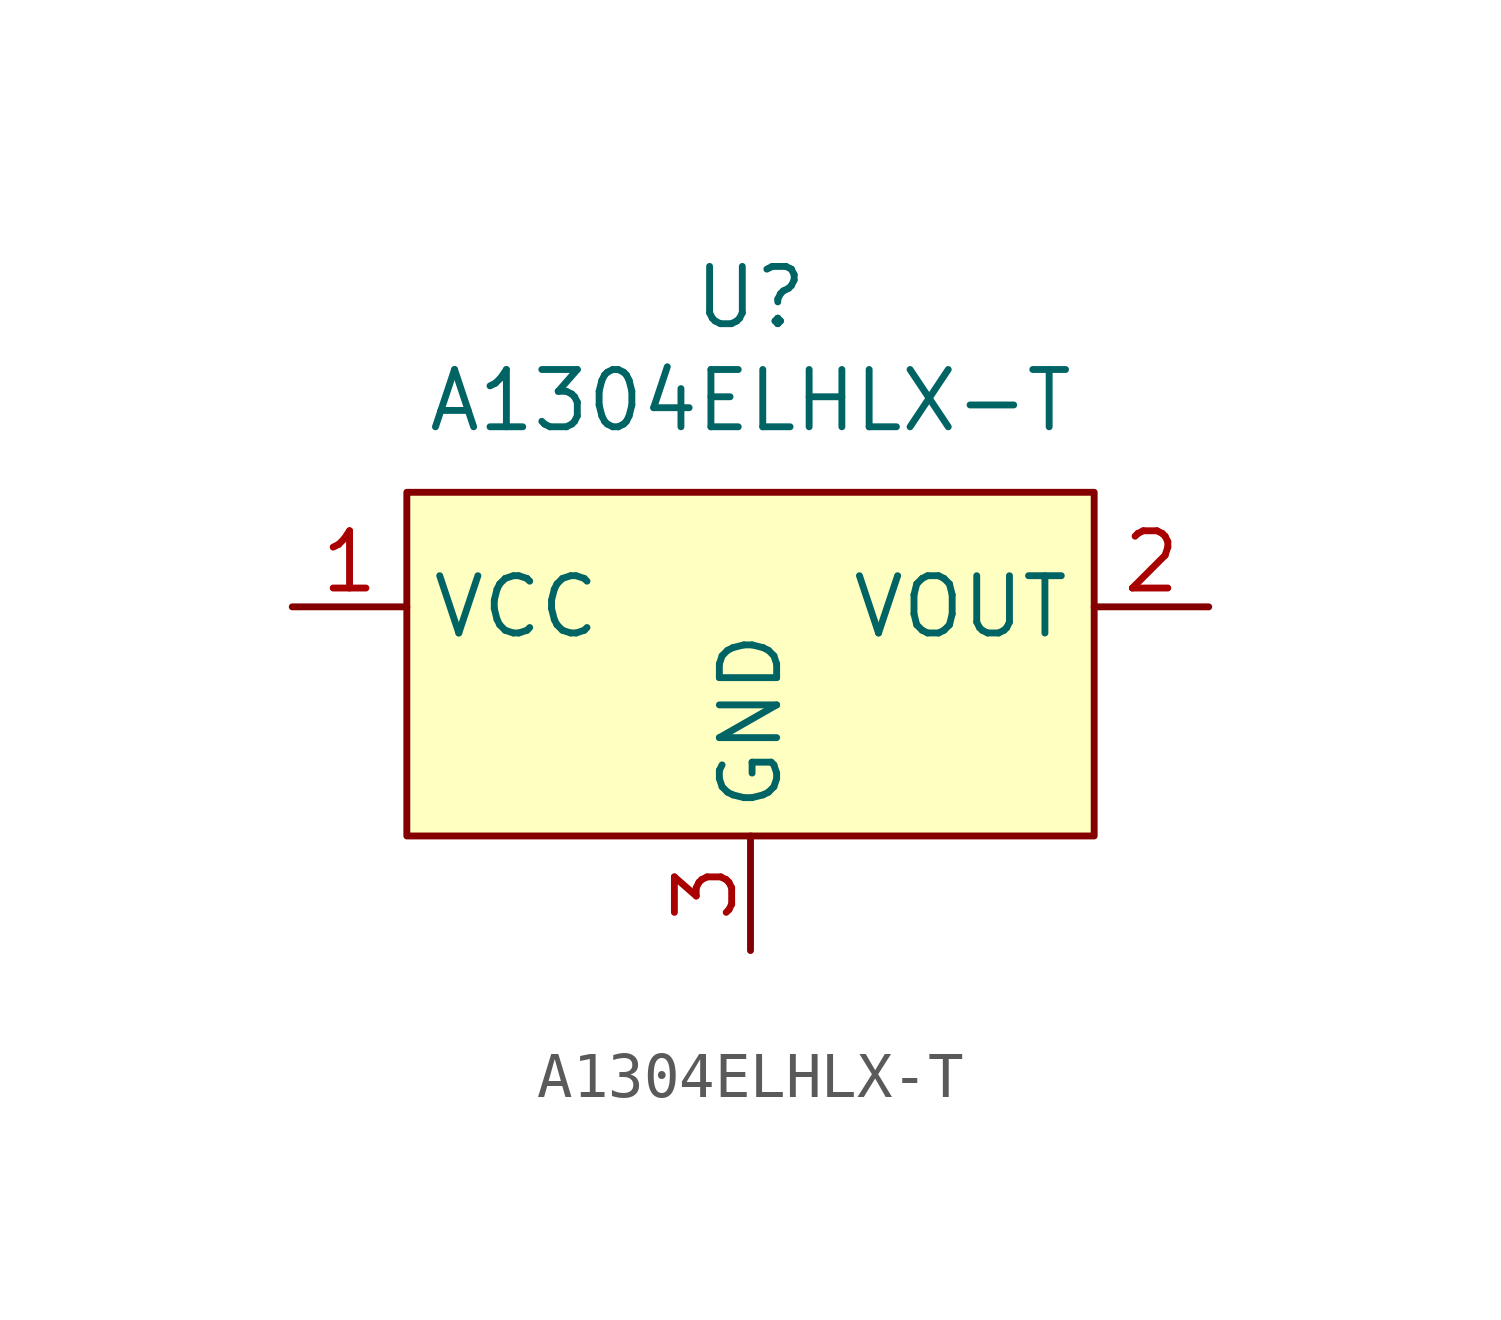
<source format=kicad_sym>
(kicad_symbol_lib
  (version 20241209)
  (generator "kicad_symbol_editor")
  (generator_version "9.0")
  (symbol "A1304ELHLX-T"
    (property "Reference" "U"
      (at 0 9.398 0)
      (effects (font (size 1.27 1.27))))
    (property "Value" "A1304ELHLX-T"
      (at 0 7.112 0)
      (effects (font (size 1.27 1.27))))
    (symbol "A1304ELHLX-T_0_1"
      (rectangle (start -7.62 5.08) (end 7.62 -2.54) (stroke (width 0) (type default)) (fill (type background)))
      (pin unspecified line (at -10.16 2.54 0) (length 2.54) (name "VCC" (effects (font (size 1.27 1.27)))) (number "1" (effects (font (size 1.27 1.27)))))
      (pin unspecified line (at 0 -5.08 90) (length 2.54) (name "GND" (effects (font (size 1.27 1.27)))) (number "3" (effects (font (size 1.27 1.27)))))
      (pin unspecified line (at 10.16 2.54 180) (length 2.54) (name "VOUT" (effects (font (size 1.27 1.27)))) (number "2" (effects (font (size 1.27 1.27))))))))
</source>
